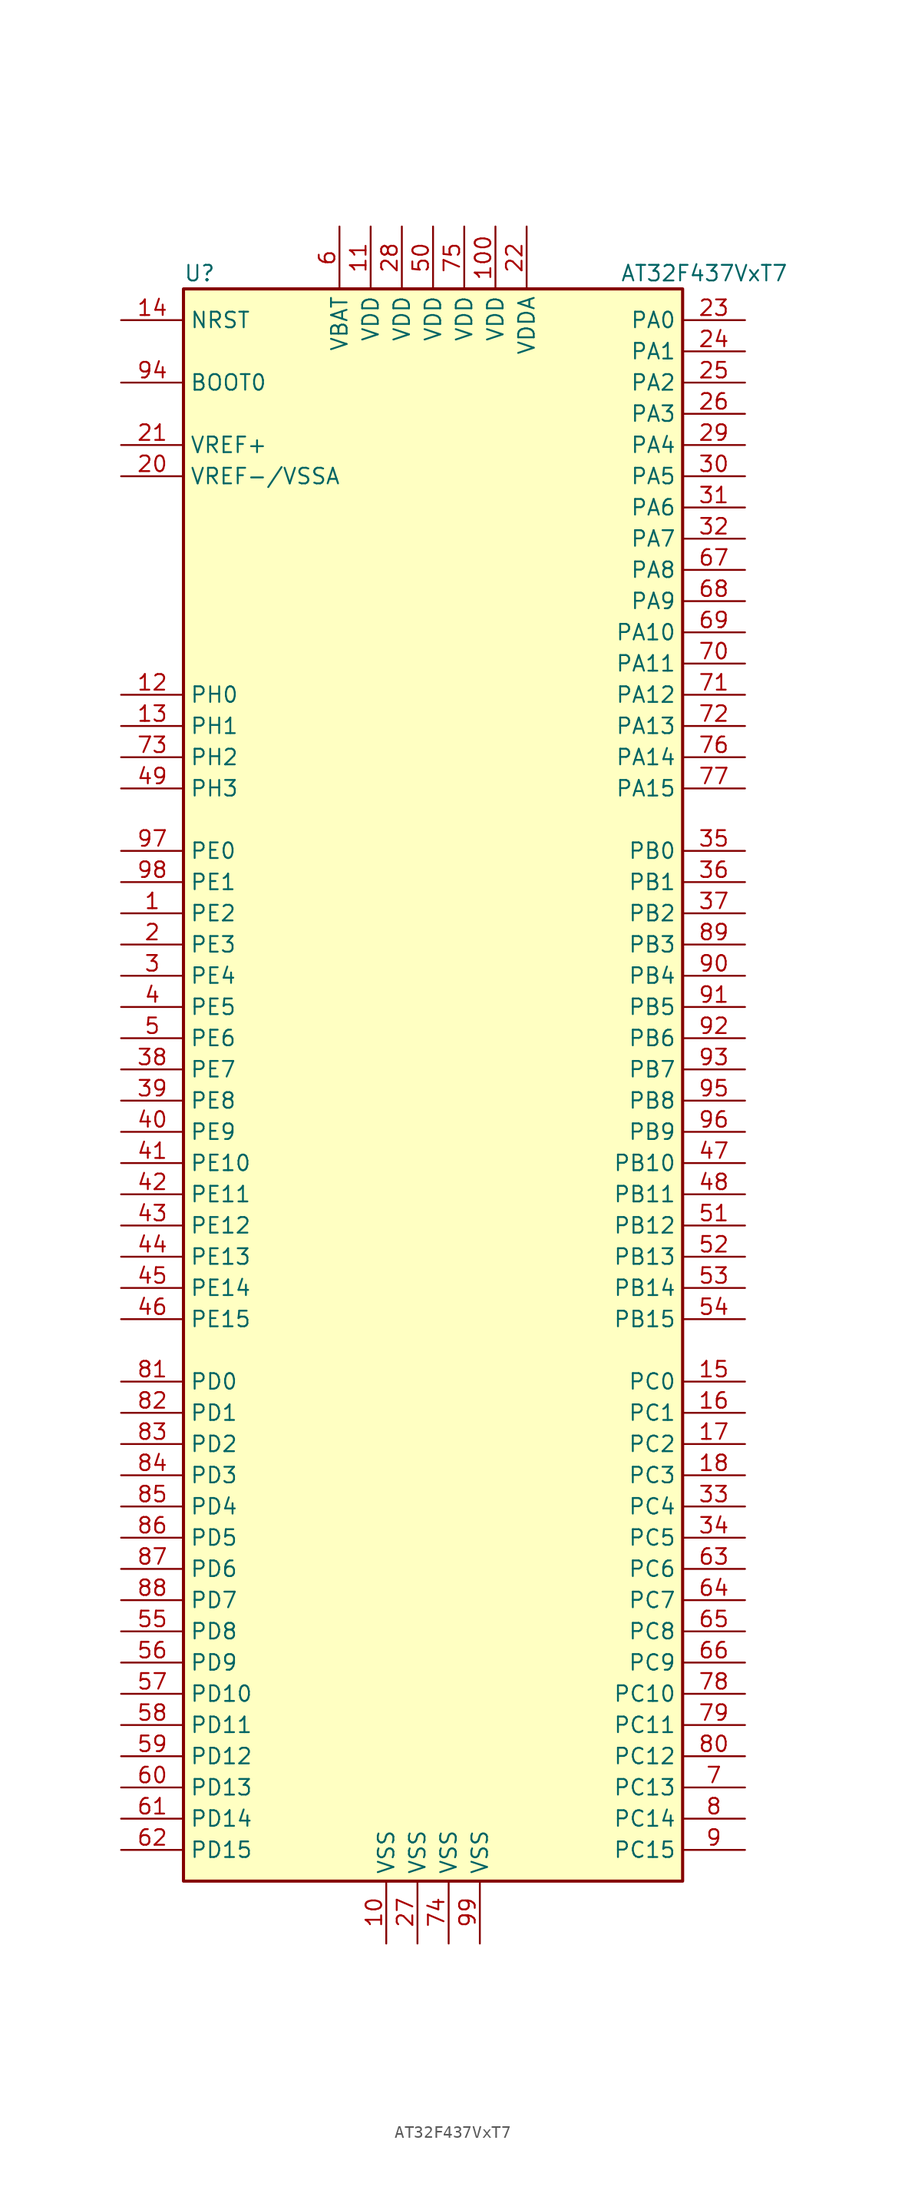
<source format=kicad_sym>
(kicad_symbol_lib
  (version 20220331)
  (generator kicad_symbol_editor)
  (symbol "AT32F437VxT7"
    (property "Reference" "U"
      (at -20.32 64.77 0)
      (effects (font (size 1.27 1.27)) (justify left)))
    (property "Value" "AT32F437VxT7"
      (at 15.24 64.77 0)
      (effects (font (size 1.27 1.27)) (justify left)))
    (symbol "AT32F437VxT7_0_1"
      (rectangle (start -20.32 63.5) (end 20.32 -66.04) (stroke (width 0.254) (type default)) (fill (type background))))
    (symbol "AT32F437VxT7_1_1"
      (pin bidirectional line (at -25.4 12.7 0) (length 5.08) (name "PE2" (effects (font (size 1.27 1.27)))) (number "1" (effects (font (size 1.27 1.27)))))
      (pin power_in line (at -3.81 -71.12 90) (length 5.08) (name "VSS" (effects (font (size 1.27 1.27)))) (number "10" (effects (font (size 1.27 1.27)))))
      (pin power_in line (at 5.08 68.58 270) (length 5.08) (name "VDD" (effects (font (size 1.27 1.27)))) (number "100" (effects (font (size 1.27 1.27)))))
      (pin power_in line (at -5.08 68.58 270) (length 5.08) (name "VDD" (effects (font (size 1.27 1.27)))) (number "11" (effects (font (size 1.27 1.27)))))
      (pin input line (at -25.4 30.48 0) (length 5.08) (name "PH0" (effects (font (size 1.27 1.27)))) (number "12" (effects (font (size 1.27 1.27)))))
      (pin input line (at -25.4 27.94 0) (length 5.08) (name "PH1" (effects (font (size 1.27 1.27)))) (number "13" (effects (font (size 1.27 1.27)))))
      (pin input line (at -25.4 60.96 0) (length 5.08) (name "NRST" (effects (font (size 1.27 1.27)))) (number "14" (effects (font (size 1.27 1.27)))))
      (pin bidirectional line (at 25.4 -25.4 180) (length 5.08) (name "PC0" (effects (font (size 1.27 1.27)))) (number "15" (effects (font (size 1.27 1.27)))))
      (pin bidirectional line (at 25.4 -27.94 180) (length 5.08) (name "PC1" (effects (font (size 1.27 1.27)))) (number "16" (effects (font (size 1.27 1.27)))))
      (pin bidirectional line (at 25.4 -30.48 180) (length 5.08) (name "PC2" (effects (font (size 1.27 1.27)))) (number "17" (effects (font (size 1.27 1.27)))))
      (pin bidirectional line (at 25.4 -33.02 180) (length 5.08) (name "PC3" (effects (font (size 1.27 1.27)))) (number "18" (effects (font (size 1.27 1.27)))))
      (pin no_connect line (at -25.4 38.1 0) (length 5.08) hide (name "NC" (effects (font (size 1.27 1.27)))) (number "19" (effects (font (size 1.27 1.27)))))
      (pin bidirectional line (at -25.4 10.16 0) (length 5.08) (name "PE3" (effects (font (size 1.27 1.27)))) (number "2" (effects (font (size 1.27 1.27)))))
      (pin power_in line (at -25.4 48.26 0) (length 5.08) (name "VREF-/VSSA" (effects (font (size 1.27 1.27)))) (number "20" (effects (font (size 1.27 1.27)))))
      (pin power_in line (at -25.4 50.8 0) (length 5.08) (name "VREF+" (effects (font (size 1.27 1.27)))) (number "21" (effects (font (size 1.27 1.27)))))
      (pin power_in line (at 7.62 68.58 270) (length 5.08) (name "VDDA" (effects (font (size 1.27 1.27)))) (number "22" (effects (font (size 1.27 1.27)))))
      (pin bidirectional line (at 25.4 60.96 180) (length 5.08) (name "PA0" (effects (font (size 1.27 1.27)))) (number "23" (effects (font (size 1.27 1.27)))))
      (pin bidirectional line (at 25.4 58.42 180) (length 5.08) (name "PA1" (effects (font (size 1.27 1.27)))) (number "24" (effects (font (size 1.27 1.27)))))
      (pin bidirectional line (at 25.4 55.88 180) (length 5.08) (name "PA2" (effects (font (size 1.27 1.27)))) (number "25" (effects (font (size 1.27 1.27)))))
      (pin bidirectional line (at 25.4 53.34 180) (length 5.08) (name "PA3" (effects (font (size 1.27 1.27)))) (number "26" (effects (font (size 1.27 1.27)))))
      (pin power_in line (at -1.27 -71.12 90) (length 5.08) (name "VSS" (effects (font (size 1.27 1.27)))) (number "27" (effects (font (size 1.27 1.27)))))
      (pin power_in line (at -2.54 68.58 270) (length 5.08) (name "VDD" (effects (font (size 1.27 1.27)))) (number "28" (effects (font (size 1.27 1.27)))))
      (pin bidirectional line (at 25.4 50.8 180) (length 5.08) (name "PA4" (effects (font (size 1.27 1.27)))) (number "29" (effects (font (size 1.27 1.27)))))
      (pin bidirectional line (at -25.4 7.62 0) (length 5.08) (name "PE4" (effects (font (size 1.27 1.27)))) (number "3" (effects (font (size 1.27 1.27)))))
      (pin bidirectional line (at 25.4 48.26 180) (length 5.08) (name "PA5" (effects (font (size 1.27 1.27)))) (number "30" (effects (font (size 1.27 1.27)))))
      (pin bidirectional line (at 25.4 45.72 180) (length 5.08) (name "PA6" (effects (font (size 1.27 1.27)))) (number "31" (effects (font (size 1.27 1.27)))))
      (pin bidirectional line (at 25.4 43.18 180) (length 5.08) (name "PA7" (effects (font (size 1.27 1.27)))) (number "32" (effects (font (size 1.27 1.27)))))
      (pin bidirectional line (at 25.4 -35.56 180) (length 5.08) (name "PC4" (effects (font (size 1.27 1.27)))) (number "33" (effects (font (size 1.27 1.27)))))
      (pin bidirectional line (at 25.4 -38.1 180) (length 5.08) (name "PC5" (effects (font (size 1.27 1.27)))) (number "34" (effects (font (size 1.27 1.27)))))
      (pin bidirectional line (at 25.4 17.78 180) (length 5.08) (name "PB0" (effects (font (size 1.27 1.27)))) (number "35" (effects (font (size 1.27 1.27)))))
      (pin bidirectional line (at 25.4 15.24 180) (length 5.08) (name "PB1" (effects (font (size 1.27 1.27)))) (number "36" (effects (font (size 1.27 1.27)))))
      (pin bidirectional line (at 25.4 12.7 180) (length 5.08) (name "PB2" (effects (font (size 1.27 1.27)))) (number "37" (effects (font (size 1.27 1.27)))))
      (pin bidirectional line (at -25.4 0 0) (length 5.08) (name "PE7" (effects (font (size 1.27 1.27)))) (number "38" (effects (font (size 1.27 1.27)))))
      (pin bidirectional line (at -25.4 -2.54 0) (length 5.08) (name "PE8" (effects (font (size 1.27 1.27)))) (number "39" (effects (font (size 1.27 1.27)))))
      (pin bidirectional line (at -25.4 5.08 0) (length 5.08) (name "PE5" (effects (font (size 1.27 1.27)))) (number "4" (effects (font (size 1.27 1.27)))))
      (pin bidirectional line (at -25.4 -5.08 0) (length 5.08) (name "PE9" (effects (font (size 1.27 1.27)))) (number "40" (effects (font (size 1.27 1.27)))))
      (pin bidirectional line (at -25.4 -7.62 0) (length 5.08) (name "PE10" (effects (font (size 1.27 1.27)))) (number "41" (effects (font (size 1.27 1.27)))))
      (pin bidirectional line (at -25.4 -10.16 0) (length 5.08) (name "PE11" (effects (font (size 1.27 1.27)))) (number "42" (effects (font (size 1.27 1.27)))))
      (pin bidirectional line (at -25.4 -12.7 0) (length 5.08) (name "PE12" (effects (font (size 1.27 1.27)))) (number "43" (effects (font (size 1.27 1.27)))))
      (pin bidirectional line (at -25.4 -15.24 0) (length 5.08) (name "PE13" (effects (font (size 1.27 1.27)))) (number "44" (effects (font (size 1.27 1.27)))))
      (pin bidirectional line (at -25.4 -17.78 0) (length 5.08) (name "PE14" (effects (font (size 1.27 1.27)))) (number "45" (effects (font (size 1.27 1.27)))))
      (pin bidirectional line (at -25.4 -20.32 0) (length 5.08) (name "PE15" (effects (font (size 1.27 1.27)))) (number "46" (effects (font (size 1.27 1.27)))))
      (pin bidirectional line (at 25.4 -7.62 180) (length 5.08) (name "PB10" (effects (font (size 1.27 1.27)))) (number "47" (effects (font (size 1.27 1.27)))))
      (pin bidirectional line (at 25.4 -10.16 180) (length 5.08) (name "PB11" (effects (font (size 1.27 1.27)))) (number "48" (effects (font (size 1.27 1.27)))))
      (pin bidirectional line (at -25.4 22.86 0) (length 5.08) (name "PH3" (effects (font (size 1.27 1.27)))) (number "49" (effects (font (size 1.27 1.27)))))
      (pin bidirectional line (at -25.4 2.54 0) (length 5.08) (name "PE6" (effects (font (size 1.27 1.27)))) (number "5" (effects (font (size 1.27 1.27)))))
      (pin power_in line (at 0 68.58 270) (length 5.08) (name "VDD" (effects (font (size 1.27 1.27)))) (number "50" (effects (font (size 1.27 1.27)))))
      (pin bidirectional line (at 25.4 -12.7 180) (length 5.08) (name "PB12" (effects (font (size 1.27 1.27)))) (number "51" (effects (font (size 1.27 1.27)))))
      (pin bidirectional line (at 25.4 -15.24 180) (length 5.08) (name "PB13" (effects (font (size 1.27 1.27)))) (number "52" (effects (font (size 1.27 1.27)))))
      (pin bidirectional line (at 25.4 -17.78 180) (length 5.08) (name "PB14" (effects (font (size 1.27 1.27)))) (number "53" (effects (font (size 1.27 1.27)))))
      (pin bidirectional line (at 25.4 -20.32 180) (length 5.08) (name "PB15" (effects (font (size 1.27 1.27)))) (number "54" (effects (font (size 1.27 1.27)))))
      (pin bidirectional line (at -25.4 -45.72 0) (length 5.08) (name "PD8" (effects (font (size 1.27 1.27)))) (number "55" (effects (font (size 1.27 1.27)))))
      (pin bidirectional line (at -25.4 -48.26 0) (length 5.08) (name "PD9" (effects (font (size 1.27 1.27)))) (number "56" (effects (font (size 1.27 1.27)))))
      (pin bidirectional line (at -25.4 -50.8 0) (length 5.08) (name "PD10" (effects (font (size 1.27 1.27)))) (number "57" (effects (font (size 1.27 1.27)))))
      (pin bidirectional line (at -25.4 -53.34 0) (length 5.08) (name "PD11" (effects (font (size 1.27 1.27)))) (number "58" (effects (font (size 1.27 1.27)))))
      (pin bidirectional line (at -25.4 -55.88 0) (length 5.08) (name "PD12" (effects (font (size 1.27 1.27)))) (number "59" (effects (font (size 1.27 1.27)))))
      (pin power_in line (at -7.62 68.58 270) (length 5.08) (name "VBAT" (effects (font (size 1.27 1.27)))) (number "6" (effects (font (size 1.27 1.27)))))
      (pin bidirectional line (at -25.4 -58.42 0) (length 5.08) (name "PD13" (effects (font (size 1.27 1.27)))) (number "60" (effects (font (size 1.27 1.27)))))
      (pin bidirectional line (at -25.4 -60.96 0) (length 5.08) (name "PD14" (effects (font (size 1.27 1.27)))) (number "61" (effects (font (size 1.27 1.27)))))
      (pin bidirectional line (at -25.4 -63.5 0) (length 5.08) (name "PD15" (effects (font (size 1.27 1.27)))) (number "62" (effects (font (size 1.27 1.27)))))
      (pin bidirectional line (at 25.4 -40.64 180) (length 5.08) (name "PC6" (effects (font (size 1.27 1.27)))) (number "63" (effects (font (size 1.27 1.27)))))
      (pin bidirectional line (at 25.4 -43.18 180) (length 5.08) (name "PC7" (effects (font (size 1.27 1.27)))) (number "64" (effects (font (size 1.27 1.27)))))
      (pin bidirectional line (at 25.4 -45.72 180) (length 5.08) (name "PC8" (effects (font (size 1.27 1.27)))) (number "65" (effects (font (size 1.27 1.27)))))
      (pin bidirectional line (at 25.4 -48.26 180) (length 5.08) (name "PC9" (effects (font (size 1.27 1.27)))) (number "66" (effects (font (size 1.27 1.27)))))
      (pin bidirectional line (at 25.4 40.64 180) (length 5.08) (name "PA8" (effects (font (size 1.27 1.27)))) (number "67" (effects (font (size 1.27 1.27)))))
      (pin bidirectional line (at 25.4 38.1 180) (length 5.08) (name "PA9" (effects (font (size 1.27 1.27)))) (number "68" (effects (font (size 1.27 1.27)))))
      (pin bidirectional line (at 25.4 35.56 180) (length 5.08) (name "PA10" (effects (font (size 1.27 1.27)))) (number "69" (effects (font (size 1.27 1.27)))))
      (pin bidirectional line (at 25.4 -58.42 180) (length 5.08) (name "PC13" (effects (font (size 1.27 1.27)))) (number "7" (effects (font (size 1.27 1.27)))))
      (pin bidirectional line (at 25.4 33.02 180) (length 5.08) (name "PA11" (effects (font (size 1.27 1.27)))) (number "70" (effects (font (size 1.27 1.27)))))
      (pin bidirectional line (at 25.4 30.48 180) (length 5.08) (name "PA12" (effects (font (size 1.27 1.27)))) (number "71" (effects (font (size 1.27 1.27)))))
      (pin bidirectional line (at 25.4 27.94 180) (length 5.08) (name "PA13" (effects (font (size 1.27 1.27)))) (number "72" (effects (font (size 1.27 1.27)))))
      (pin bidirectional line (at -25.4 25.4 0) (length 5.08) (name "PH2" (effects (font (size 1.27 1.27)))) (number "73" (effects (font (size 1.27 1.27)))))
      (pin power_in line (at 1.27 -71.12 90) (length 5.08) (name "VSS" (effects (font (size 1.27 1.27)))) (number "74" (effects (font (size 1.27 1.27)))))
      (pin power_in line (at 2.54 68.58 270) (length 5.08) (name "VDD" (effects (font (size 1.27 1.27)))) (number "75" (effects (font (size 1.27 1.27)))))
      (pin bidirectional line (at 25.4 25.4 180) (length 5.08) (name "PA14" (effects (font (size 1.27 1.27)))) (number "76" (effects (font (size 1.27 1.27)))))
      (pin bidirectional line (at 25.4 22.86 180) (length 5.08) (name "PA15" (effects (font (size 1.27 1.27)))) (number "77" (effects (font (size 1.27 1.27)))))
      (pin bidirectional line (at 25.4 -50.8 180) (length 5.08) (name "PC10" (effects (font (size 1.27 1.27)))) (number "78" (effects (font (size 1.27 1.27)))))
      (pin bidirectional line (at 25.4 -53.34 180) (length 5.08) (name "PC11" (effects (font (size 1.27 1.27)))) (number "79" (effects (font (size 1.27 1.27)))))
      (pin bidirectional line (at 25.4 -60.96 180) (length 5.08) (name "PC14" (effects (font (size 1.27 1.27)))) (number "8" (effects (font (size 1.27 1.27)))))
      (pin bidirectional line (at 25.4 -55.88 180) (length 5.08) (name "PC12" (effects (font (size 1.27 1.27)))) (number "80" (effects (font (size 1.27 1.27)))))
      (pin bidirectional line (at -25.4 -25.4 0) (length 5.08) (name "PD0" (effects (font (size 1.27 1.27)))) (number "81" (effects (font (size 1.27 1.27)))))
      (pin bidirectional line (at -25.4 -27.94 0) (length 5.08) (name "PD1" (effects (font (size 1.27 1.27)))) (number "82" (effects (font (size 1.27 1.27)))))
      (pin bidirectional line (at -25.4 -30.48 0) (length 5.08) (name "PD2" (effects (font (size 1.27 1.27)))) (number "83" (effects (font (size 1.27 1.27)))))
      (pin bidirectional line (at -25.4 -33.02 0) (length 5.08) (name "PD3" (effects (font (size 1.27 1.27)))) (number "84" (effects (font (size 1.27 1.27)))))
      (pin bidirectional line (at -25.4 -35.56 0) (length 5.08) (name "PD4" (effects (font (size 1.27 1.27)))) (number "85" (effects (font (size 1.27 1.27)))))
      (pin bidirectional line (at -25.4 -38.1 0) (length 5.08) (name "PD5" (effects (font (size 1.27 1.27)))) (number "86" (effects (font (size 1.27 1.27)))))
      (pin bidirectional line (at -25.4 -40.64 0) (length 5.08) (name "PD6" (effects (font (size 1.27 1.27)))) (number "87" (effects (font (size 1.27 1.27)))))
      (pin bidirectional line (at -25.4 -43.18 0) (length 5.08) (name "PD7" (effects (font (size 1.27 1.27)))) (number "88" (effects (font (size 1.27 1.27)))))
      (pin bidirectional line (at 25.4 10.16 180) (length 5.08) (name "PB3" (effects (font (size 1.27 1.27)))) (number "89" (effects (font (size 1.27 1.27)))))
      (pin bidirectional line (at 25.4 -63.5 180) (length 5.08) (name "PC15" (effects (font (size 1.27 1.27)))) (number "9" (effects (font (size 1.27 1.27)))))
      (pin bidirectional line (at 25.4 7.62 180) (length 5.08) (name "PB4" (effects (font (size 1.27 1.27)))) (number "90" (effects (font (size 1.27 1.27)))))
      (pin bidirectional line (at 25.4 5.08 180) (length 5.08) (name "PB5" (effects (font (size 1.27 1.27)))) (number "91" (effects (font (size 1.27 1.27)))))
      (pin bidirectional line (at 25.4 2.54 180) (length 5.08) (name "PB6" (effects (font (size 1.27 1.27)))) (number "92" (effects (font (size 1.27 1.27)))))
      (pin bidirectional line (at 25.4 0 180) (length 5.08) (name "PB7" (effects (font (size 1.27 1.27)))) (number "93" (effects (font (size 1.27 1.27)))))
      (pin input line (at -25.4 55.88 0) (length 5.08) (name "BOOT0" (effects (font (size 1.27 1.27)))) (number "94" (effects (font (size 1.27 1.27)))))
      (pin bidirectional line (at 25.4 -2.54 180) (length 5.08) (name "PB8" (effects (font (size 1.27 1.27)))) (number "95" (effects (font (size 1.27 1.27)))))
      (pin bidirectional line (at 25.4 -5.08 180) (length 5.08) (name "PB9" (effects (font (size 1.27 1.27)))) (number "96" (effects (font (size 1.27 1.27)))))
      (pin bidirectional line (at -25.4 17.78 0) (length 5.08) (name "PE0" (effects (font (size 1.27 1.27)))) (number "97" (effects (font (size 1.27 1.27)))))
      (pin bidirectional line (at -25.4 15.24 0) (length 5.08) (name "PE1" (effects (font (size 1.27 1.27)))) (number "98" (effects (font (size 1.27 1.27)))))
      (pin power_in line (at 3.81 -71.12 90) (length 5.08) (name "VSS" (effects (font (size 1.27 1.27)))) (number "99" (effects (font (size 1.27 1.27))))))))
</source>
